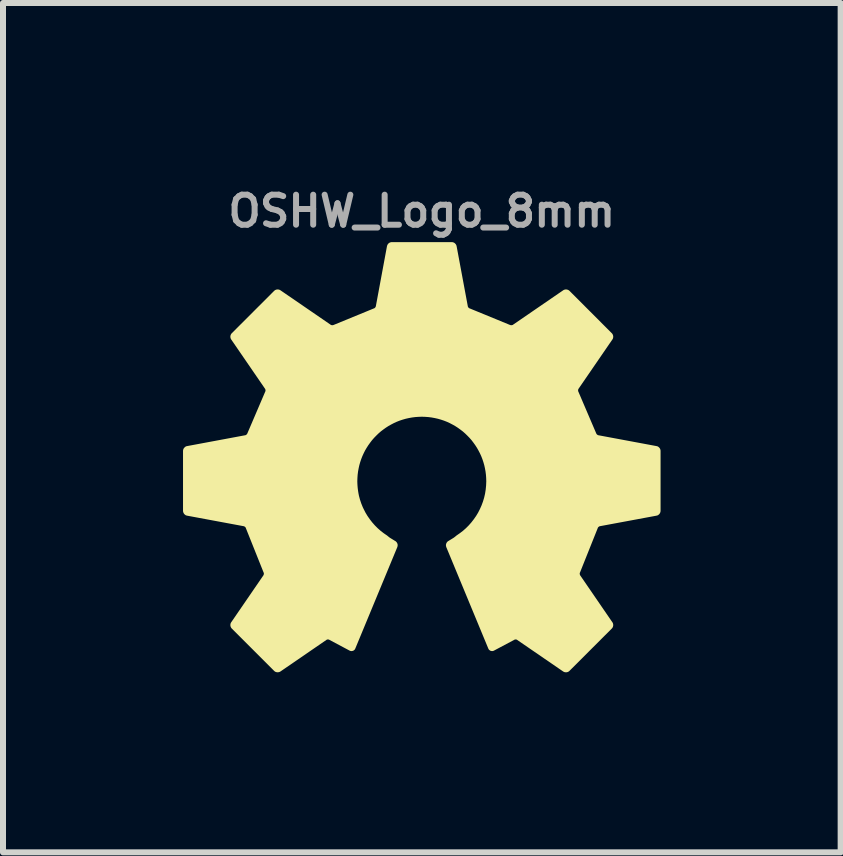
<source format=kicad_pcb>
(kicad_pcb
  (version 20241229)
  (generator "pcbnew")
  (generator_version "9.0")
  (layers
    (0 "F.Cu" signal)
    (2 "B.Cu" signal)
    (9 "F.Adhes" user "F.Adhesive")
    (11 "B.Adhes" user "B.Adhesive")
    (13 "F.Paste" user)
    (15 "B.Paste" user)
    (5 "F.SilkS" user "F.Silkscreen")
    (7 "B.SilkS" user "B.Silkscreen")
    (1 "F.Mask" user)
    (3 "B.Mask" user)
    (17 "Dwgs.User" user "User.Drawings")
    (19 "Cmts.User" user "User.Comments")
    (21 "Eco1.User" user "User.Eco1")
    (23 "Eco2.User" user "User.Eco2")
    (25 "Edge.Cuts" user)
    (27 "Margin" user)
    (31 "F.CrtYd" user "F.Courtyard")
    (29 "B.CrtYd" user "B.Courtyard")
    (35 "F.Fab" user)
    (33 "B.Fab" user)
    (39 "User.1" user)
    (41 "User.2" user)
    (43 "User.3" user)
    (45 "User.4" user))
  (footprint "OSHW_Logo_8mm"
    (layer "F.Cu")
    (at 3.978 4.968)
    (property "Reference" "OSHW_Logo_8mm" (at 0 -4.5 0) (layer "F.Fab") (effects (font (size 0.5 0.5) (thickness 0.1))))
    (attr board_only exclude_from_pos_files exclude_from_bom)
    (fp_poly (pts (xy 0.501 -3.954) (xy 0.504 -3.954) (xy 0.506 -3.954) (xy 0.508 -3.954) (xy 0.51 -3.953) (xy 0.512 -3.952) (xy 0.515 -3.952) (xy 0.517 -3.951) (xy 0.519 -3.95) (xy 0.521 -3.949) (xy 0.523 -3.948) (xy 0.525 -3.947) (xy 0.527 -3.946) (xy 0.529 -3.945) (xy 0.531 -3.943) (xy 0.532 -3.942) (xy 0.534 -3.94) (xy 0.536 -3.939) (xy 0.537 -3.937) (xy 0.539 -3.935) (xy 0.54 -3.934) (xy 0.542 -3.932) (xy 0.543 -3.93) (xy 0.544 -3.928) (xy 0.545 -3.926) (xy 0.547 -3.924) (xy 0.547 -3.922) (xy 0.548 -3.92) (xy 0.549 -3.918) (xy 0.55 -3.916) (xy 0.55 -3.914) (xy 0.551 -3.911) (xy 0.738 -2.908) (xy 0.738 -2.906) (xy 0.739 -2.904) (xy 0.74 -2.899) (xy 0.742 -2.895) (xy 0.744 -2.891) (xy 0.746 -2.886) (xy 0.749 -2.882) (xy 0.752 -2.878) (xy 0.755 -2.874) (xy 0.759 -2.87) (xy 0.763 -2.867) (xy 0.766 -2.863) (xy 0.77 -2.86) (xy 0.774 -2.858) (xy 0.779 -2.855) (xy 0.781 -2.854) (xy 0.783 -2.853) (xy 0.785 -2.852) (xy 0.787 -2.852) (xy 1.459 -2.576) (xy 1.463 -2.575) (xy 1.468 -2.573) (xy 1.473 -2.572) (xy 1.477 -2.571) (xy 1.482 -2.57) (xy 1.487 -2.57) (xy 1.492 -2.57) (xy 1.498 -2.57) (xy 1.503 -2.571) (xy 1.508 -2.571) (xy 1.513 -2.572) (xy 1.518 -2.574) (xy 1.522 -2.575) (xy 1.527 -2.577) (xy 1.531 -2.579) (xy 1.535 -2.582) (xy 2.373 -3.157) (xy 2.374 -3.158) (xy 2.376 -3.159) (xy 2.378 -3.16) (xy 2.38 -3.161) (xy 2.383 -3.162) (xy 2.385 -3.163) (xy 2.387 -3.164) (xy 2.389 -3.164) (xy 2.391 -3.165) (xy 2.393 -3.165) (xy 2.398 -3.165) (xy 2.403 -3.166) (xy 2.407 -3.165) (xy 2.412 -3.165) (xy 2.416 -3.164) (xy 2.42 -3.162) (xy 2.423 -3.162) (xy 2.425 -3.161) (xy 2.427 -3.16) (xy 2.429 -3.159) (xy 2.431 -3.158) (xy 2.433 -3.156) (xy 2.434 -3.155) (xy 2.436 -3.154) (xy 2.438 -3.152) (xy 2.44 -3.151) (xy 3.145 -2.445) (xy 3.147 -2.443) (xy 3.148 -2.442) (xy 3.15 -2.44) (xy 3.151 -2.438) (xy 3.152 -2.436) (xy 3.153 -2.434) (xy 3.155 -2.43) (xy 3.157 -2.426) (xy 3.158 -2.422) (xy 3.159 -2.417) (xy 3.16 -2.413) (xy 3.16 -2.408) (xy 3.16 -2.403) (xy 3.159 -2.399) (xy 3.159 -2.394) (xy 3.157 -2.39) (xy 3.157 -2.388) (xy 3.156 -2.386) (xy 3.155 -2.384) (xy 3.154 -2.382) (xy 3.153 -2.38) (xy 3.151 -2.378) (xy 2.586 -1.555) (xy 2.584 -1.551) (xy 2.582 -1.547) (xy 2.58 -1.542) (xy 2.578 -1.537) (xy 2.577 -1.533) (xy 2.576 -1.528) (xy 2.575 -1.523) (xy 2.575 -1.518) (xy 2.575 -1.513) (xy 2.575 -1.507) (xy 2.575 -1.502) (xy 2.576 -1.498) (xy 2.577 -1.493) (xy 2.578 -1.488) (xy 2.58 -1.484) (xy 2.582 -1.48) (xy 2.879 -0.786) (xy 2.881 -0.782) (xy 2.883 -0.778) (xy 2.885 -0.774) (xy 2.888 -0.769) (xy 2.891 -0.765) (xy 2.894 -0.762) (xy 2.898 -0.758) (xy 2.902 -0.755) (xy 2.906 -0.751) (xy 2.91 -0.748) (xy 2.914 -0.746) (xy 2.919 -0.743) (xy 2.923 -0.741) (xy 2.927 -0.739) (xy 2.932 -0.738) (xy 2.936 -0.737) (xy 3.906 -0.556) (xy 3.906 -0.556) (xy 3.908 -0.556) (xy 3.91 -0.555) (xy 3.913 -0.555) (xy 3.915 -0.554) (xy 3.917 -0.553) (xy 3.919 -0.552) (xy 3.921 -0.551) (xy 3.923 -0.55) (xy 3.926 -0.547) (xy 3.93 -0.544) (xy 3.933 -0.541) (xy 3.936 -0.538) (xy 3.939 -0.534) (xy 3.942 -0.53) (xy 3.944 -0.526) (xy 3.945 -0.524) (xy 3.946 -0.522) (xy 3.946 -0.52) (xy 3.947 -0.518) (xy 3.948 -0.516) (xy 3.948 -0.514) (xy 3.948 -0.511) (xy 3.949 -0.509) (xy 3.949 -0.507) (xy 3.949 -0.505) (xy 3.949 0.493) (xy 3.949 0.496) (xy 3.949 0.498) (xy 3.948 0.5) (xy 3.948 0.502) (xy 3.947 0.505) (xy 3.947 0.507) (xy 3.946 0.509) (xy 3.945 0.511) (xy 3.945 0.513) (xy 3.944 0.515) (xy 3.943 0.517) (xy 3.941 0.519) (xy 3.94 0.521) (xy 3.939 0.523) (xy 3.938 0.525) (xy 3.936 0.527) (xy 3.935 0.528) (xy 3.933 0.53) (xy 3.931 0.532) (xy 3.93 0.533) (xy 3.928 0.535) (xy 3.926 0.536) (xy 3.924 0.537) (xy 3.922 0.539) (xy 3.921 0.54) (xy 3.919 0.541) (xy 3.916 0.542) (xy 3.914 0.543) (xy 3.912 0.544) (xy 3.91 0.544) (xy 3.908 0.545) (xy 3.906 0.545) (xy 2.96 0.721) (xy 2.958 0.722) (xy 2.955 0.722) (xy 2.953 0.723) (xy 2.951 0.724) (xy 2.947 0.725) (xy 2.942 0.728) (xy 2.938 0.73) (xy 2.934 0.733) (xy 2.93 0.736) (xy 2.926 0.739) (xy 2.922 0.743) (xy 2.918 0.746) (xy 2.915 0.75) (xy 2.912 0.754) (xy 2.91 0.758) (xy 2.907 0.762) (xy 2.905 0.767) (xy 2.905 0.769) (xy 2.904 0.771) (xy 2.609 1.509) (xy 2.607 1.513) (xy 2.605 1.517) (xy 2.604 1.522) (xy 2.603 1.527) (xy 2.602 1.532) (xy 2.602 1.537) (xy 2.602 1.542) (xy 2.602 1.547) (xy 2.603 1.552) (xy 2.604 1.557) (xy 2.605 1.562) (xy 2.606 1.567) (xy 2.608 1.571) (xy 2.609 1.576) (xy 2.612 1.58) (xy 2.614 1.584) (xy 3.151 2.367) (xy 3.153 2.369) (xy 3.154 2.371) (xy 3.155 2.373) (xy 3.156 2.375) (xy 3.157 2.377) (xy 3.157 2.379) (xy 3.158 2.381) (xy 3.159 2.383) (xy 3.159 2.386) (xy 3.159 2.388) (xy 3.16 2.392) (xy 3.16 2.397) (xy 3.16 2.401) (xy 3.159 2.406) (xy 3.158 2.41) (xy 3.157 2.415) (xy 3.156 2.417) (xy 3.155 2.419) (xy 3.154 2.421) (xy 3.153 2.423) (xy 3.152 2.425) (xy 3.151 2.427) (xy 3.15 2.429) (xy 3.148 2.431) (xy 3.147 2.432) (xy 3.145 2.434) (xy 2.439 3.14) (xy 2.438 3.141) (xy 2.436 3.143) (xy 2.434 3.144) (xy 2.432 3.145) (xy 2.431 3.147) (xy 2.429 3.148) (xy 2.425 3.15) (xy 2.42 3.151) (xy 2.416 3.153) (xy 2.412 3.154) (xy 2.407 3.154) (xy 2.402 3.154) (xy 2.398 3.154) (xy 2.393 3.154) (xy 2.389 3.153) (xy 2.385 3.152) (xy 2.382 3.151) (xy 2.38 3.15) (xy 2.378 3.149) (xy 2.376 3.148) (xy 2.374 3.147) (xy 2.372 3.146) (xy 1.603 2.618) (xy 1.599 2.616) (xy 1.595 2.613) (xy 1.591 2.612) (xy 1.586 2.61) (xy 1.582 2.609) (xy 1.577 2.608) (xy 1.572 2.607) (xy 1.567 2.607) (xy 1.562 2.607) (xy 1.557 2.607) (xy 1.552 2.608) (xy 1.547 2.609) (xy 1.542 2.61) (xy 1.538 2.611) (xy 1.534 2.613) (xy 1.53 2.615) (xy 1.19 2.796) (xy 1.188 2.797) (xy 1.186 2.798) (xy 1.184 2.799) (xy 1.182 2.8) (xy 1.18 2.8) (xy 1.178 2.801) (xy 1.176 2.801) (xy 1.174 2.801) (xy 1.172 2.801) (xy 1.17 2.801) (xy 1.168 2.801) (xy 1.166 2.801) (xy 1.164 2.8) (xy 1.162 2.8) (xy 1.16 2.799) (xy 1.158 2.799) (xy 1.156 2.798) (xy 1.154 2.797) (xy 1.152 2.796) (xy 1.151 2.795) (xy 1.149 2.794) (xy 1.147 2.793) (xy 1.146 2.791) (xy 1.144 2.79) (xy 1.143 2.789) (xy 1.141 2.787) (xy 1.14 2.785) (xy 1.139 2.784) (xy 1.138 2.782) (xy 1.137 2.78) (xy 1.136 2.778) (xy 1.135 2.776) (xy 0.435 1.086) (xy 0.435 1.084) (xy 0.434 1.082) (xy 0.433 1.08) (xy 0.433 1.077) (xy 0.432 1.075) (xy 0.432 1.073) (xy 0.432 1.071) (xy 0.432 1.069) (xy 0.432 1.066) (xy 0.432 1.064) (xy 0.432 1.062) (xy 0.432 1.06) (xy 0.433 1.057) (xy 0.433 1.055) (xy 0.434 1.053) (xy 0.434 1.051) (xy 0.435 1.049) (xy 0.436 1.047) (xy 0.437 1.045) (xy 0.438 1.043) (xy 0.439 1.041) (xy 0.44 1.039) (xy 0.441 1.037) (xy 0.443 1.035) (xy 0.444 1.033) (xy 0.446 1.031) (xy 0.447 1.03) (xy 0.449 1.028) (xy 0.45 1.027) (xy 0.452 1.025) (xy 0.454 1.024) (xy 0.456 1.023) (xy 0.541 0.971) (xy 0.547 0.967) (xy 0.553 0.963) (xy 0.56 0.958) (xy 0.567 0.952) (xy 0.574 0.947) (xy 0.581 0.941) (xy 0.588 0.936) (xy 0.594 0.93) (xy 0.65 0.891) (xy 0.704 0.85) (xy 0.755 0.805) (xy 0.803 0.757) (xy 0.848 0.706) (xy 0.89 0.652) (xy 0.929 0.596) (xy 0.964 0.538) (xy 0.995 0.477) (xy 1.023 0.414) (xy 1.047 0.349) (xy 1.067 0.283) (xy 1.083 0.214) (xy 1.094 0.144) (xy 1.101 0.073) (xy 1.104 0.000105) (xy 1.102 -0.057) (xy 1.098 -0.113) (xy 1.091 -0.168) (xy 1.081 -0.222) (xy 1.069 -0.276) (xy 1.054 -0.328) (xy 1.037 -0.379) (xy 1.017 -0.43) (xy 0.995 -0.478) (xy 0.97 -0.526) (xy 0.944 -0.572) (xy 0.915 -0.617) (xy 0.884 -0.66) (xy 0.852 -0.702) (xy 0.817 -0.742) (xy 0.78 -0.78) (xy 0.742 -0.817) (xy 0.702 -0.852) (xy 0.66 -0.884) (xy 0.617 -0.915) (xy 0.572 -0.944) (xy 0.526 -0.97) (xy 0.478 -0.995) (xy 0.43 -1.017) (xy 0.379 -1.037) (xy 0.328 -1.054) (xy 0.276 -1.069) (xy 0.222 -1.081) (xy 0.168 -1.091) (xy 0.113 -1.098) (xy 0.057 -1.102) (xy 0.000001 -1.104) (xy -0.057 -1.102) (xy -0.113 -1.098) (xy -0.168 -1.091) (xy -0.222 -1.081) (xy -0.276 -1.069) (xy -0.328 -1.054) (xy -0.379 -1.037) (xy -0.43 -1.017) (xy -0.478 -0.995) (xy -0.526 -0.97) (xy -0.572 -0.944) (xy -0.617 -0.915) (xy -0.66 -0.884) (xy -0.702 -0.852) (xy -0.742 -0.817) (xy -0.78 -0.78) (xy -0.817 -0.742) (xy -0.852 -0.702) (xy -0.884 -0.66) (xy -0.915 -0.617) (xy -0.944 -0.572) (xy -0.971 -0.526) (xy -0.995 -0.478) (xy -1.017 -0.43) (xy -1.037 -0.379) (xy -1.054 -0.328) (xy -1.069 -0.276) (xy -1.081 -0.222) (xy -1.091 -0.168) (xy -1.098 -0.113) (xy -1.102 -0.057) (xy -1.104 0.000105) (xy -1.103 0.037) (xy -1.101 0.073) (xy -1.098 0.109) (xy -1.094 0.144) (xy -1.089 0.179) (xy -1.083 0.214) (xy -1.076 0.249) (xy -1.067 0.283) (xy -1.058 0.316) (xy -1.047 0.349) (xy -1.036 0.382) (xy -1.023 0.414) (xy -1.01 0.446) (xy -0.995 0.477) (xy -0.964 0.538) (xy -0.929 0.596) (xy -0.89 0.652) (xy -0.848 0.706) (xy -0.803 0.757) (xy -0.755 0.805) (xy -0.704 0.85) (xy -0.651 0.891) (xy -0.594 0.93) (xy -0.588 0.936) (xy -0.581 0.941) (xy -0.574 0.947) (xy -0.567 0.952) (xy -0.56 0.958) (xy -0.553 0.963) (xy -0.547 0.967) (xy -0.541 0.971) (xy -0.456 1.023) (xy -0.454 1.024) (xy -0.452 1.025) (xy -0.45 1.027) (xy -0.449 1.028) (xy -0.447 1.03) (xy -0.445 1.031) (xy -0.443 1.035) (xy -0.44 1.039) (xy -0.438 1.043) (xy -0.436 1.047) (xy -0.434 1.051) (xy -0.433 1.055) (xy -0.432 1.06) (xy -0.432 1.064) (xy -0.432 1.069) (xy -0.432 1.073) (xy -0.432 1.075) (xy -0.433 1.077) (xy -0.433 1.08) (xy -0.434 1.082) (xy -0.434 1.084) (xy -0.435 1.086) (xy -1.135 2.776) (xy -1.136 2.778) (xy -1.137 2.78) (xy -1.138 2.782) (xy -1.139 2.784) (xy -1.14 2.785) (xy -1.141 2.787) (xy -1.143 2.789) (xy -1.144 2.79) (xy -1.146 2.791) (xy -1.147 2.793) (xy -1.149 2.794) (xy -1.151 2.795) (xy -1.152 2.796) (xy -1.154 2.797) (xy -1.156 2.798) (xy -1.158 2.799) (xy -1.16 2.799) (xy -1.162 2.8) (xy -1.164 2.8) (xy -1.166 2.801) (xy -1.168 2.801) (xy -1.17 2.801) (xy -1.172 2.801) (xy -1.174 2.801) (xy -1.176 2.801) (xy -1.178 2.801) (xy -1.18 2.8) (xy -1.182 2.8) (xy -1.184 2.799) (xy -1.186 2.798) (xy -1.188 2.797) (xy -1.19 2.796) (xy -1.53 2.615) (xy -1.534 2.613) (xy -1.538 2.611) (xy -1.542 2.61) (xy -1.547 2.609) (xy -1.552 2.608) (xy -1.557 2.607) (xy -1.562 2.607) (xy -1.567 2.607) (xy -1.572 2.607) (xy -1.577 2.608) (xy -1.582 2.609) (xy -1.586 2.61) (xy -1.591 2.612) (xy -1.595 2.613) (xy -1.599 2.615) (xy -1.603 2.618) (xy -2.372 3.146) (xy -2.374 3.147) (xy -2.376 3.148) (xy -2.378 3.149) (xy -2.38 3.15) (xy -2.382 3.151) (xy -2.384 3.152) (xy -2.387 3.152) (xy -2.389 3.153) (xy -2.391 3.153) (xy -2.393 3.154) (xy -2.398 3.154) (xy -2.402 3.154) (xy -2.407 3.154) (xy -2.412 3.153) (xy -2.416 3.153) (xy -2.42 3.151) (xy -2.422 3.15) (xy -2.425 3.15) (xy -2.427 3.149) (xy -2.429 3.148) (xy -2.431 3.146) (xy -2.432 3.145) (xy -2.434 3.144) (xy -2.436 3.143) (xy -2.438 3.141) (xy -2.439 3.14) (xy -3.145 2.434) (xy -3.147 2.432) (xy -3.148 2.431) (xy -3.15 2.429) (xy -3.151 2.427) (xy -3.152 2.425) (xy -3.153 2.423) (xy -3.155 2.419) (xy -3.157 2.415) (xy -3.158 2.41) (xy -3.159 2.406) (xy -3.16 2.401) (xy -3.16 2.397) (xy -3.16 2.392) (xy -3.159 2.388) (xy -3.159 2.383) (xy -3.157 2.379) (xy -3.157 2.377) (xy -3.156 2.375) (xy -3.155 2.373) (xy -3.154 2.371) (xy -3.153 2.369) (xy -3.151 2.367) (xy -2.614 1.584) (xy -2.612 1.58) (xy -2.61 1.576) (xy -2.608 1.571) (xy -2.606 1.567) (xy -2.605 1.562) (xy -2.604 1.557) (xy -2.603 1.552) (xy -2.602 1.547) (xy -2.602 1.542) (xy -2.602 1.537) (xy -2.602 1.532) (xy -2.603 1.527) (xy -2.604 1.522) (xy -2.605 1.517) (xy -2.607 1.513) (xy -2.609 1.509) (xy -2.904 0.771) (xy -2.905 0.769) (xy -2.905 0.767) (xy -2.907 0.762) (xy -2.91 0.758) (xy -2.912 0.754) (xy -2.915 0.75) (xy -2.919 0.746) (xy -2.922 0.743) (xy -2.926 0.739) (xy -2.93 0.736) (xy -2.934 0.733) (xy -2.938 0.73) (xy -2.942 0.728) (xy -2.947 0.725) (xy -2.951 0.724) (xy -2.956 0.722) (xy -2.958 0.722) (xy -2.96 0.721) (xy -3.906 0.545) (xy -3.908 0.545) (xy -3.91 0.544) (xy -3.912 0.543) (xy -3.914 0.543) (xy -3.917 0.542) (xy -3.919 0.541) (xy -3.921 0.54) (xy -3.923 0.539) (xy -3.924 0.537) (xy -3.926 0.536) (xy -3.93 0.533) (xy -3.933 0.53) (xy -3.936 0.527) (xy -3.939 0.523) (xy -3.941 0.519) (xy -3.944 0.515) (xy -3.945 0.511) (xy -3.946 0.509) (xy -3.947 0.507) (xy -3.947 0.505) (xy -3.948 0.502) (xy -3.948 0.5) (xy -3.949 0.498) (xy -3.949 0.496) (xy -3.949 0.493) (xy -3.949 -0.505) (xy -3.949 -0.507) (xy -3.949 -0.509) (xy -3.948 -0.511) (xy -3.948 -0.514) (xy -3.948 -0.516) (xy -3.947 -0.518) (xy -3.946 -0.52) (xy -3.946 -0.522) (xy -3.945 -0.524) (xy -3.944 -0.526) (xy -3.943 -0.528) (xy -3.942 -0.53) (xy -3.94 -0.532) (xy -3.939 -0.534) (xy -3.938 -0.536) (xy -3.936 -0.538) (xy -3.935 -0.54) (xy -3.933 -0.541) (xy -3.932 -0.543) (xy -3.93 -0.544) (xy -3.928 -0.546) (xy -3.926 -0.547) (xy -3.925 -0.549) (xy -3.923 -0.55) (xy -3.921 -0.551) (xy -3.919 -0.552) (xy -3.917 -0.553) (xy -3.915 -0.554) (xy -3.912 -0.555) (xy -3.91 -0.555) (xy -3.908 -0.556) (xy -3.906 -0.556) (xy -2.936 -0.737) (xy -2.934 -0.737) (xy -2.932 -0.738) (xy -2.927 -0.739) (xy -2.923 -0.741) (xy -2.918 -0.743) (xy -2.914 -0.746) (xy -2.91 -0.748) (xy -2.906 -0.751) (xy -2.902 -0.755) (xy -2.898 -0.758) (xy -2.894 -0.762) (xy -2.891 -0.765) (xy -2.888 -0.769) (xy -2.885 -0.774) (xy -2.883 -0.778) (xy -2.881 -0.782) (xy -2.88 -0.784) (xy -2.879 -0.786) (xy -2.582 -1.48) (xy -2.58 -1.484) (xy -2.578 -1.488) (xy -2.577 -1.493) (xy -2.576 -1.498) (xy -2.575 -1.502) (xy -2.575 -1.507) (xy -2.574 -1.513) (xy -2.575 -1.518) (xy -2.575 -1.523) (xy -2.576 -1.528) (xy -2.577 -1.533) (xy -2.578 -1.537) (xy -2.58 -1.542) (xy -2.582 -1.547) (xy -2.584 -1.551) (xy -2.586 -1.555) (xy -3.151 -2.378) (xy -3.152 -2.38) (xy -3.154 -2.382) (xy -3.155 -2.384) (xy -3.156 -2.386) (xy -3.156 -2.388) (xy -3.157 -2.39) (xy -3.158 -2.392) (xy -3.158 -2.394) (xy -3.159 -2.397) (xy -3.159 -2.399) (xy -3.16 -2.403) (xy -3.16 -2.408) (xy -3.16 -2.413) (xy -3.159 -2.417) (xy -3.158 -2.422) (xy -3.157 -2.426) (xy -3.156 -2.428) (xy -3.155 -2.43) (xy -3.154 -2.432) (xy -3.153 -2.434) (xy -3.152 -2.436) (xy -3.151 -2.438) (xy -3.149 -2.44) (xy -3.148 -2.442) (xy -3.147 -2.443) (xy -3.145 -2.445) (xy -2.439 -3.151) (xy -2.438 -3.152) (xy -2.436 -3.154) (xy -2.434 -3.155) (xy -2.432 -3.156) (xy -2.431 -3.158) (xy -2.429 -3.159) (xy -2.424 -3.161) (xy -2.42 -3.162) (xy -2.416 -3.164) (xy -2.411 -3.165) (xy -2.407 -3.165) (xy -2.402 -3.166) (xy -2.398 -3.165) (xy -2.393 -3.165) (xy -2.389 -3.164) (xy -2.384 -3.163) (xy -2.382 -3.162) (xy -2.38 -3.161) (xy -2.378 -3.16) (xy -2.376 -3.159) (xy -2.374 -3.158) (xy -2.372 -3.157) (xy -1.534 -2.582) (xy -1.531 -2.579) (xy -1.526 -2.577) (xy -1.522 -2.575) (xy -1.517 -2.574) (xy -1.513 -2.572) (xy -1.508 -2.571) (xy -1.503 -2.571) (xy -1.497 -2.57) (xy -1.492 -2.57) (xy -1.487 -2.57) (xy -1.482 -2.57) (xy -1.477 -2.571) (xy -1.472 -2.572) (xy -1.468 -2.573) (xy -1.463 -2.575) (xy -1.459 -2.576) (xy -0.787 -2.852) (xy -0.783 -2.853) (xy -0.778 -2.855) (xy -0.774 -2.858) (xy -0.77 -2.86) (xy -0.766 -2.863) (xy -0.762 -2.867) (xy -0.759 -2.87) (xy -0.755 -2.874) (xy -0.752 -2.878) (xy -0.749 -2.882) (xy -0.746 -2.886) (xy -0.744 -2.891) (xy -0.742 -2.895) (xy -0.74 -2.899) (xy -0.738 -2.904) (xy -0.737 -2.908) (xy -0.551 -3.911) (xy -0.55 -3.914) (xy -0.55 -3.916) (xy -0.549 -3.918) (xy -0.548 -3.92) (xy -0.547 -3.922) (xy -0.546 -3.924) (xy -0.545 -3.926) (xy -0.544 -3.928) (xy -0.543 -3.93) (xy -0.542 -3.932) (xy -0.539 -3.935) (xy -0.536 -3.939) (xy -0.532 -3.942) (xy -0.529 -3.945) (xy -0.525 -3.947) (xy -0.521 -3.949) (xy -0.519 -3.95) (xy -0.517 -3.951) (xy -0.514 -3.952) (xy -0.512 -3.952) (xy -0.51 -3.953) (xy -0.508 -3.954) (xy -0.506 -3.954) (xy -0.503 -3.954) (xy -0.501 -3.954) (xy -0.499 -3.954) (xy 0.499 -3.954)) (stroke (width 0.059) (type solid)) (fill yes) (layer "F.SilkS")))
  (gr_rect
    (start -3 -3)
    (end 10.957 11.152)
    (stroke (width 0.1) (type default))
    (fill no)
    (layer "Edge.Cuts")))
</source>
